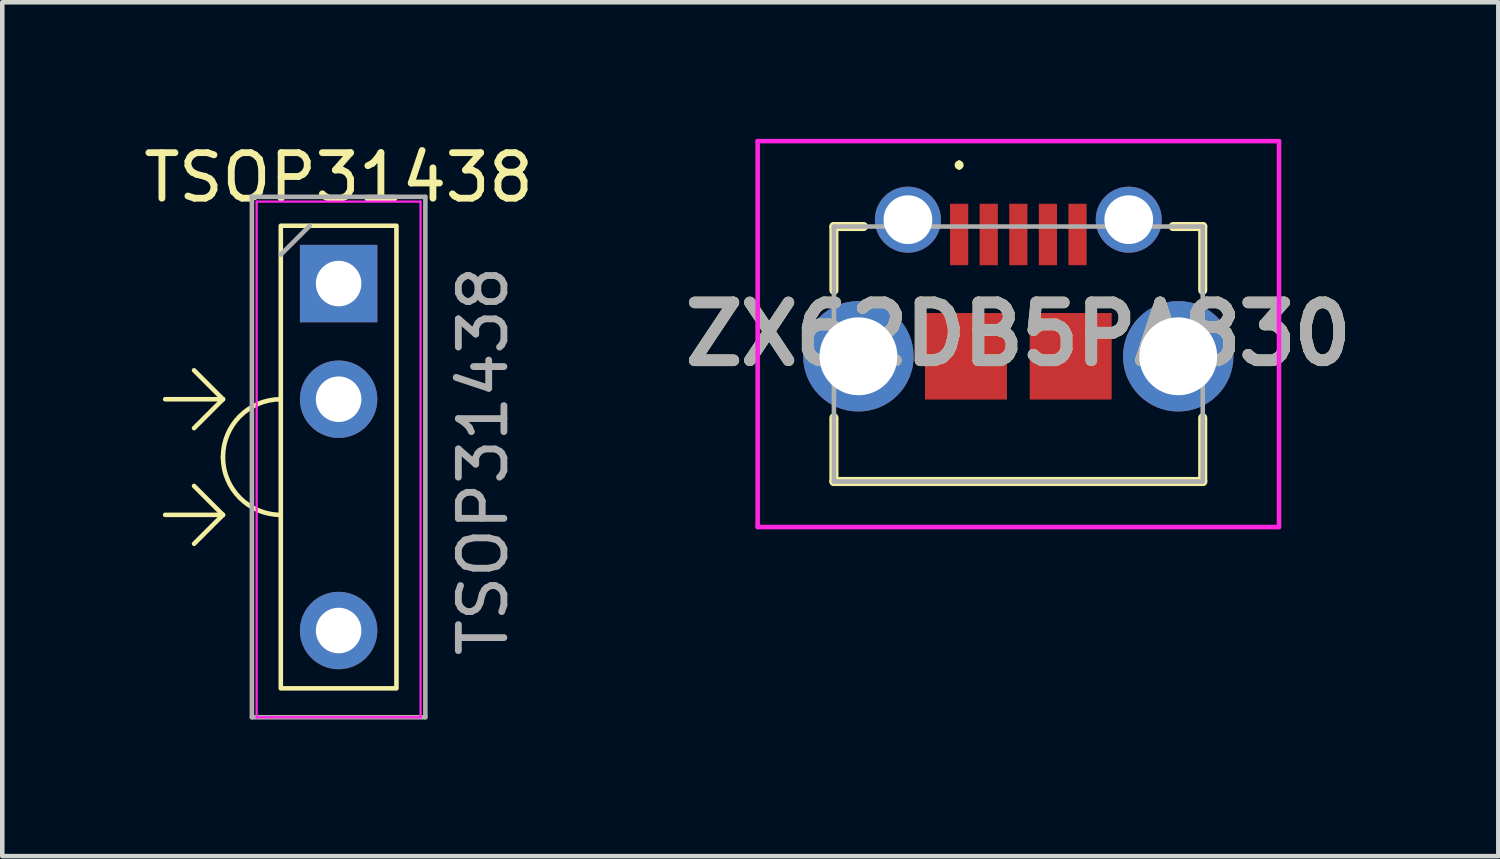
<source format=kicad_pcb>
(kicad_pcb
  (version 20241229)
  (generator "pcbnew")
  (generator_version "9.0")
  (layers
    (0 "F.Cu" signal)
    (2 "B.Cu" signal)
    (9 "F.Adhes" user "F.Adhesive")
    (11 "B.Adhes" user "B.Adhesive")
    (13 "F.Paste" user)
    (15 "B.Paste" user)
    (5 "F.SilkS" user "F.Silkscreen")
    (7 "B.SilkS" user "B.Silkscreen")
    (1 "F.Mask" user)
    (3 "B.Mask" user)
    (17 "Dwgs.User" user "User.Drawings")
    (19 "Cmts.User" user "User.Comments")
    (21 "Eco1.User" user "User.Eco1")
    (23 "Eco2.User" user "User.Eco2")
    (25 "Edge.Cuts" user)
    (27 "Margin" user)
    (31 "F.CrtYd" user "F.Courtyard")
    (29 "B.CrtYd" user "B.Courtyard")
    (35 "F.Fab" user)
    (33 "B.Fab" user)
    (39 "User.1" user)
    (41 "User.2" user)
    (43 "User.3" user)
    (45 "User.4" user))
  (footprint "TSOP31438"
    (layer "F.Cu")
    (at 4.387 3.178)
    (property "Reference" "TSOP31438" (at 0 -2.33 0) (layer "F.SilkS") (effects (font (size 1 1) (thickness 0.15))))
    (attr through_hole)
    (fp_line (start -3.81 2.54) (end -2.54 2.54) (stroke (width 0.1) (type default)) (layer "F.SilkS"))
    (fp_line (start -3.81 5.08) (end -2.54 5.08) (stroke (width 0.1) (type default)) (layer "F.SilkS"))
    (fp_line (start -3.175 1.905) (end -2.54 2.54) (stroke (width 0.1) (type default)) (layer "F.SilkS"))
    (fp_line (start -3.175 3.175) (end -2.54 2.54) (stroke (width 0.1) (type default)) (layer "F.SilkS"))
    (fp_line (start -3.175 4.445) (end -2.54 5.08) (stroke (width 0.1) (type default)) (layer "F.SilkS"))
    (fp_line (start -3.175 5.715) (end -2.54 5.08) (stroke (width 0.1) (type default)) (layer "F.SilkS"))
    (fp_rect (start -1.27 -1.27) (end 1.27 8.89) (stroke (width 0.1) (type default)) (fill no) (layer "F.SilkS"))
    (fp_arc (start -2.54 3.81) (mid -2.168026 2.911974) (end -1.27 2.54) (stroke (width 0.1) (type default)) (layer "F.SilkS"))
    (fp_arc (start -1.27 5.08) (mid -2.168026 4.708026) (end -2.54 3.81) (stroke (width 0.1) (type default)) (layer "F.SilkS"))
    (fp_line (start -1.8 -1.8) (end -1.8 9.525) (stroke (width 0.05) (type solid)) (layer "F.CrtYd"))
    (fp_line (start -1.8 9.525) (end 1.8 9.525) (stroke (width 0.05) (type solid)) (layer "F.CrtYd"))
    (fp_line (start 1.8 -1.8) (end -1.8 -1.8) (stroke (width 0.05) (type solid)) (layer "F.CrtYd"))
    (fp_line (start 1.8 9.525) (end 1.8 -1.8) (stroke (width 0.05) (type solid)) (layer "F.CrtYd"))
    (fp_line (start -1.905 9.525) (end -1.905 -1.905) (stroke (width 0.1) (type solid)) (layer "F.Fab"))
    (fp_line (start -1.27 -0.635) (end -0.635 -1.27) (stroke (width 0.1) (type solid)) (layer "F.Fab"))
    (fp_line (start 1.905 -1.905) (end -1.905 -1.905) (stroke (width 0.1) (type solid)) (layer "F.Fab"))
    (fp_line (start 1.905 9.525) (end -1.905 9.525) (stroke (width 0.1) (type solid)) (layer "F.Fab"))
    (fp_line (start 1.905 9.525) (end 1.905 -1.905) (stroke (width 0.1) (type solid)) (layer "F.Fab"))
    (fp_text user "${REFERENCE}" (at 3.175 8.255 90) (layer "F.Fab") (effects (font (size 1 1) (thickness 0.15)) (justify left)))
    (pad "1" thru_hole rect (at 0 0) (size 1.7 1.7) (drill 1) (layers "*.Cu" "*.Mask"))
    (pad "2" thru_hole oval (at 0 2.54) (size 1.7 1.7) (drill 1) (layers "*.Cu" "*.Mask"))
    (pad "3" thru_hole oval (at 0 7.62) (size 1.7 1.7) (drill 1) (layers "*.Cu" "*.Mask")))
  (footprint "ZX62DB5PA830"
    (layer "F.Cu")
    (at 19.315 4.725)
    (property "Reference" "ZX62DB5PA830" (at 0 -0.437 0) (layer "F.SilkS") (effects (font (size 1.27 1.27) (thickness 0.254))))
    (attr through_hole)
    (fp_line (start -4.05 -2.8) (end -3.4 -2.8) (stroke (width 0.2) (type solid)) (layer "F.SilkS"))
    (fp_line (start -4.05 -1.4) (end -4.05 -2.8) (stroke (width 0.2) (type solid)) (layer "F.SilkS"))
    (fp_line (start -4.05 1.4) (end -4.05 2.8) (stroke (width 0.2) (type solid)) (layer "F.SilkS"))
    (fp_line (start -4.05 2.8) (end 4.05 2.8) (stroke (width 0.2) (type solid)) (layer "F.SilkS"))
    (fp_line (start -1.3 -4.2) (end -1.3 -4.2) (stroke (width 0.1) (type solid)) (layer "F.SilkS"))
    (fp_line (start -1.3 -4.1) (end -1.3 -4.1) (stroke (width 0.1) (type solid)) (layer "F.SilkS"))
    (fp_line (start 3.4 -2.8) (end 4.05 -2.8) (stroke (width 0.2) (type solid)) (layer "F.SilkS"))
    (fp_line (start 4.05 -2.8) (end 4.05 -1.4) (stroke (width 0.2) (type solid)) (layer "F.SilkS"))
    (fp_line (start 4.05 2.8) (end 4.05 1.4) (stroke (width 0.2) (type solid)) (layer "F.SilkS"))
    (fp_arc (start -1.3 -4.2) (mid -1.25 -4.15) (end -1.3 -4.1) (stroke (width 0.1) (type solid)) (layer "F.SilkS"))
    (fp_arc (start -1.3 -4.1) (mid -1.35 -4.15) (end -1.3 -4.2) (stroke (width 0.1) (type solid)) (layer "F.SilkS"))
    (fp_line (start -5.725 -4.675) (end 5.725 -4.675) (stroke (width 0.1) (type solid)) (layer "F.CrtYd"))
    (fp_line (start -5.725 3.8) (end -5.725 -4.675) (stroke (width 0.1) (type solid)) (layer "F.CrtYd"))
    (fp_line (start 5.725 -4.675) (end 5.725 3.8) (stroke (width 0.1) (type solid)) (layer "F.CrtYd"))
    (fp_line (start 5.725 3.8) (end -5.725 3.8) (stroke (width 0.1) (type solid)) (layer "F.CrtYd"))
    (fp_line (start -4.05 -2.8) (end -4.05 2.8) (stroke (width 0.1) (type solid)) (layer "F.Fab"))
    (fp_line (start -4.05 2.8) (end 4.05 2.8) (stroke (width 0.1) (type solid)) (layer "F.Fab"))
    (fp_line (start 4.05 -2.8) (end -4.05 -2.8) (stroke (width 0.1) (type solid)) (layer "F.Fab"))
    (fp_line (start 4.05 2.8) (end 4.05 -2.8) (stroke (width 0.1) (type solid)) (layer "F.Fab"))
    (fp_text user "${REFERENCE}" (at 0 -0.437 0) (layer "F.Fab") (effects (font (size 1.27 1.27) (thickness 0.254))))
    (pad "1" smd rect (at -1.3 -2.625) (size 0.4 1.35) (layers "F.Cu" "F.Mask" "F.Paste"))
    (pad "2" smd rect (at -0.65 -2.625) (size 0.4 1.35) (layers "F.Cu" "F.Mask" "F.Paste"))
    (pad "3" smd rect (at 0 -2.625) (size 0.4 1.35) (layers "F.Cu" "F.Mask" "F.Paste"))
    (pad "4" smd rect (at 0.65 -2.625) (size 0.4 1.35) (layers "F.Cu" "F.Mask" "F.Paste"))
    (pad "5" smd rect (at 1.3 -2.625) (size 0.4 1.35) (layers "F.Cu" "F.Mask" "F.Paste"))
    (pad "MH1" thru_hole circle (at -2.425 -2.95) (size 1.45 1.45) (drill 1.07) (layers "*.Cu" "*.Mask"))
    (pad "MH2" thru_hole circle (at 2.425 -2.95) (size 1.45 1.45) (drill 1.07) (layers "*.Cu" "*.Mask"))
    (pad "MH3" thru_hole circle (at 3.512 0.05) (size 2.425 2.425) (drill 1.71) (layers "*.Cu" "*.Mask"))
    (pad "MH4" thru_hole circle (at -3.512 0.05) (size 2.425 2.425) (drill 1.71) (layers "*.Cu" "*.Mask"))
    (pad "MP1" smd rect (at -1.15 0.05) (size 1.8 1.9) (layers "F.Cu" "F.Mask" "F.Paste"))
    (pad "MP2" smd rect (at 1.15 0.05) (size 1.8 1.9) (layers "F.Cu" "F.Mask" "F.Paste")))
  (gr_rect
    (start -3 -3)
    (end 29.857 15.753)
    (stroke (width 0.1) (type default))
    (fill no)
    (layer "Edge.Cuts")))
</source>
